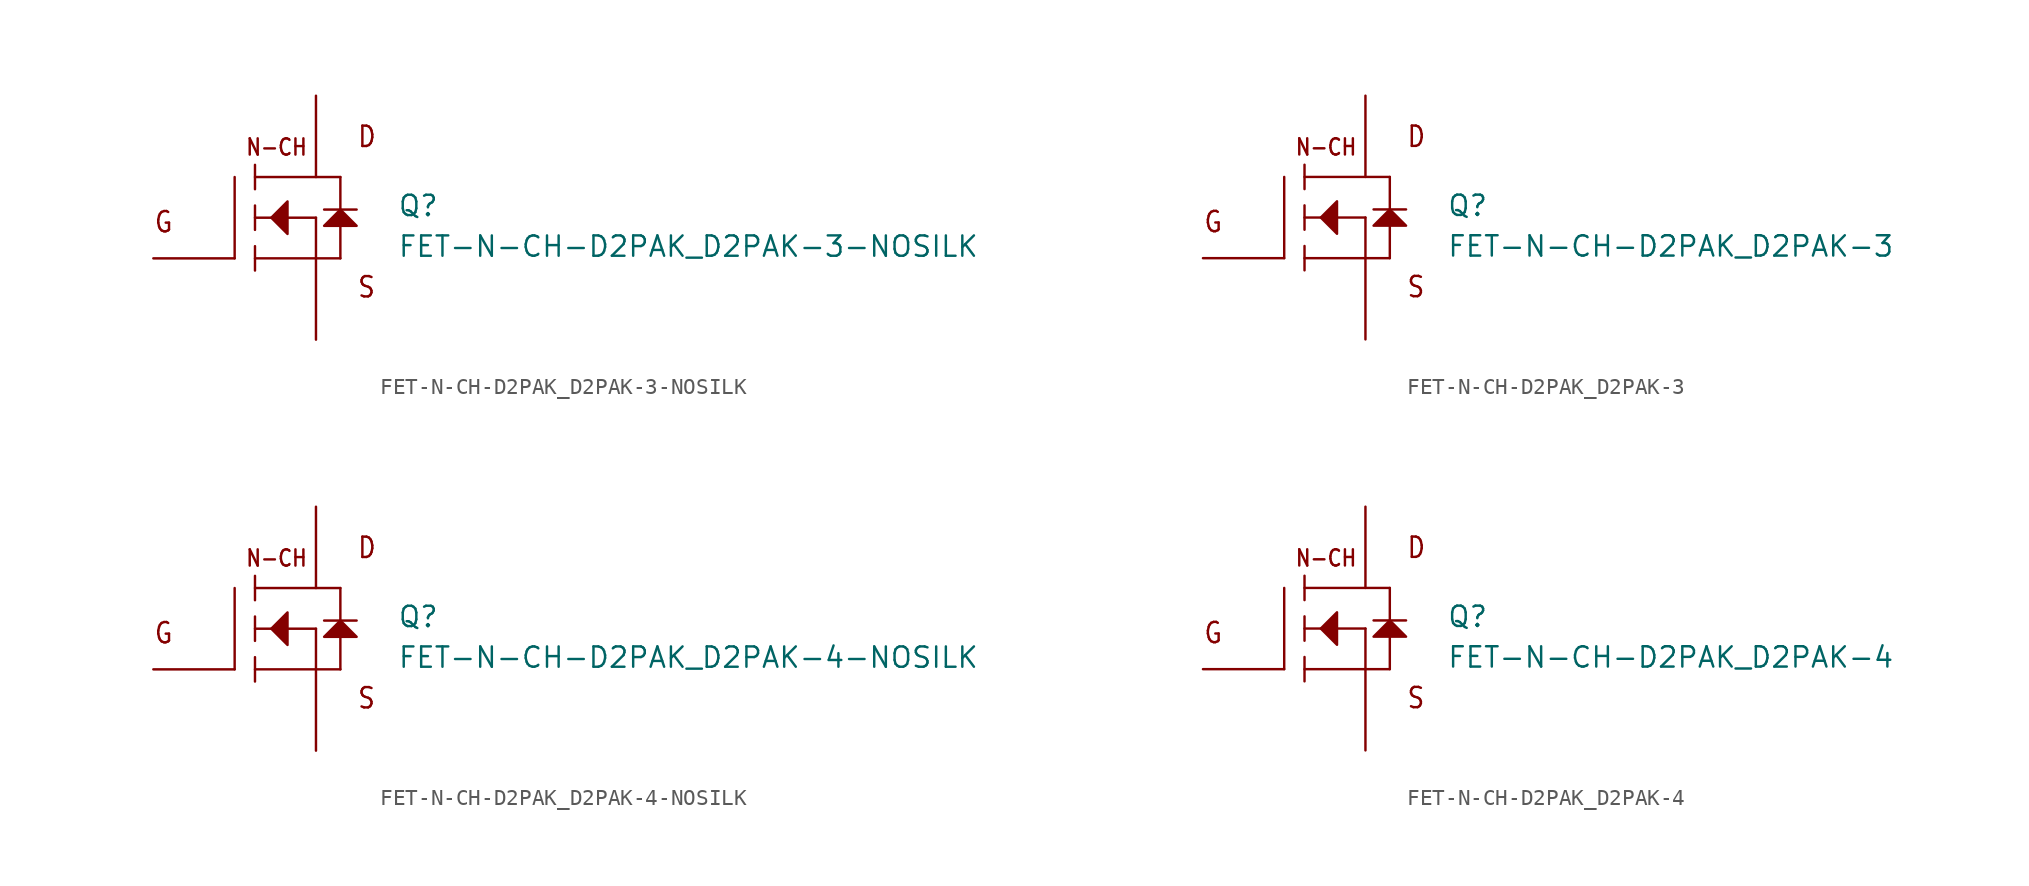
<source format=kicad_sym>
(kicad_symbol_lib
  (version 20211014)
  (generator kicad_symbol_editor)
  (symbol "FET-N-CH-D2PAK_D2PAK-3-NOSILK"
    (pin_numbers hide)
    (pin_names hide)
    (property "Reference" "Q"
      (at 7.62 0 0)
      (effects (font (size 1.27 1.27)) (justify left bottom)))
    (property "Value" "FET-N-CH-D2PAK_D2PAK-3-NOSILK"
      (at 7.62 -2.54 0)
      (effects (font (size 1.27 1.27)) (justify left bottom)))
    (property "Datasheet" ""
      (at 0 0 0))
    (property "ki_fp_filters" "FlashPCB_Transistors:D2PAK_TO-263-3_NOSILK"
      (at 0 0 0))
    (symbol "FET-N-CH-D2PAK_D2PAK-3-NOSILK_1_1"
      (text "G" (at -7.62 -1.016 0) (effects (font (size 1.27 1.086)) (justify left bottom)))
      (text "D" (at 5.08 4.318 0) (effects (font (size 1.27 1.086)) (justify left bottom)))
      (text "S" (at 5.08 -5.08 0) (effects (font (size 1.27 1.086)) (justify left bottom)))
      (text "N-CH" (at -1.905 3.81 0) (effects (font (size 1.016 0.869)) (justify left bottom)))
      (polyline (pts (xy -0.254 0) (xy 0.762 1.016) (xy 0.762 -1.016) (xy -0.254 0)) (stroke (width 0.152) (type default)) (fill (type outline)))
      (polyline (pts (xy 3.048 -0.508) (xy 5.08 -0.508) (xy 4.064 0.508) (xy 3.048 -0.508)) (stroke (width 0.152) (type default)) (fill (type outline)))
      (polyline (pts (xy -2.54 -2.54) (xy -2.54 2.54)) (stroke (width 0.152)) (fill (type none)))
      (polyline (pts (xy 2.54 -2.54) (xy -1.27 -2.54)) (stroke (width 0.152)) (fill (type none)))
      (polyline (pts (xy 2.54 -2.54) (xy 2.54 0)) (stroke (width 0.152)) (fill (type none)))
      (polyline (pts (xy 2.54 0) (xy -1.27 0)) (stroke (width 0.152)) (fill (type none)))
      (polyline (pts (xy 4.064 2.54) (xy -1.27 2.54)) (stroke (width 0.152)) (fill (type none)))
      (polyline (pts (xy -1.27 3.302) (xy -1.27 1.778)) (stroke (width 0.152)) (fill (type none)))
      (polyline (pts (xy -1.27 0.762) (xy -1.27 -0.762)) (stroke (width 0.152)) (fill (type none)))
      (polyline (pts (xy -1.27 -1.778) (xy -1.27 -3.302)) (stroke (width 0.152)) (fill (type none)))
      (polyline (pts (xy 2.54 -2.54) (xy 4.064 -2.54)) (stroke (width 0.152)) (fill (type none)))
      (polyline (pts (xy 4.064 -2.54) (xy 4.064 2.54)) (stroke (width 0.152)) (fill (type none)))
      (polyline (pts (xy 3.048 0.508) (xy 5.08 0.508)) (stroke (width 0.152)) (fill (type none)))
      (circle private (center 0 0) (radius 5.68) (stroke (width 0.152) (type default)) (fill (type none)))
      (pin bidirectional line (at -7.62 -2.54 0) (length 5.08) (name "GATE" (effects (font (size 0 0)))) (number "1" (effects (font (size 0 0)))))
      (pin bidirectional line (at 2.54 -7.62 90) (length 5.08) (name "SOURCE" (effects (font (size 0 0)))) (number "3" (effects (font (size 0 0)))))
      (pin bidirectional line (at 2.54 7.62 270) (length 5.08) (name "DRAIN" (effects (font (size 0 0)))) (number "4" (effects (font (size 0 0)))))))
  (symbol "FET-N-CH-D2PAK_D2PAK-3"
    (pin_numbers hide)
    (pin_names hide)
    (property "Reference" "Q"
      (at 7.62 0 0)
      (effects (font (size 1.27 1.27)) (justify left bottom)))
    (property "Value" "FET-N-CH-D2PAK_D2PAK-3"
      (at 7.62 -2.54 0)
      (effects (font (size 1.27 1.27)) (justify left bottom)))
    (property "Datasheet" ""
      (at 0 0 0))
    (property "ki_fp_filters" "FlashPCB_Transistors:D2PAK_TO-263-3"
      (at 0 0 0))
    (symbol "FET-N-CH-D2PAK_D2PAK-3_1_1"
      (text "G" (at -7.62 -1.016 0) (effects (font (size 1.27 1.086)) (justify left bottom)))
      (text "D" (at 5.08 4.318 0) (effects (font (size 1.27 1.086)) (justify left bottom)))
      (text "S" (at 5.08 -5.08 0) (effects (font (size 1.27 1.086)) (justify left bottom)))
      (text "N-CH" (at -1.905 3.81 0) (effects (font (size 1.016 0.869)) (justify left bottom)))
      (polyline (pts (xy -0.254 0) (xy 0.762 1.016) (xy 0.762 -1.016) (xy -0.254 0)) (stroke (width 0.152) (type default)) (fill (type outline)))
      (polyline (pts (xy 3.048 -0.508) (xy 5.08 -0.508) (xy 4.064 0.508) (xy 3.048 -0.508)) (stroke (width 0.152) (type default)) (fill (type outline)))
      (polyline (pts (xy -2.54 -2.54) (xy -2.54 2.54)) (stroke (width 0.152)) (fill (type none)))
      (polyline (pts (xy 2.54 -2.54) (xy -1.27 -2.54)) (stroke (width 0.152)) (fill (type none)))
      (polyline (pts (xy 2.54 -2.54) (xy 2.54 0)) (stroke (width 0.152)) (fill (type none)))
      (polyline (pts (xy 2.54 0) (xy -1.27 0)) (stroke (width 0.152)) (fill (type none)))
      (polyline (pts (xy 4.064 2.54) (xy -1.27 2.54)) (stroke (width 0.152)) (fill (type none)))
      (polyline (pts (xy -1.27 3.302) (xy -1.27 1.778)) (stroke (width 0.152)) (fill (type none)))
      (polyline (pts (xy -1.27 0.762) (xy -1.27 -0.762)) (stroke (width 0.152)) (fill (type none)))
      (polyline (pts (xy -1.27 -1.778) (xy -1.27 -3.302)) (stroke (width 0.152)) (fill (type none)))
      (polyline (pts (xy 2.54 -2.54) (xy 4.064 -2.54)) (stroke (width 0.152)) (fill (type none)))
      (polyline (pts (xy 4.064 -2.54) (xy 4.064 2.54)) (stroke (width 0.152)) (fill (type none)))
      (polyline (pts (xy 3.048 0.508) (xy 5.08 0.508)) (stroke (width 0.152)) (fill (type none)))
      (circle private (center 0 0) (radius 5.68) (stroke (width 0.152) (type default)) (fill (type none)))
      (pin bidirectional line (at -7.62 -2.54 0) (length 5.08) (name "GATE" (effects (font (size 0 0)))) (number "1" (effects (font (size 0 0)))))
      (pin bidirectional line (at 2.54 -7.62 90) (length 5.08) (name "SOURCE" (effects (font (size 0 0)))) (number "3" (effects (font (size 0 0)))))
      (pin bidirectional line (at 2.54 7.62 270) (length 5.08) (name "DRAIN" (effects (font (size 0 0)))) (number "4" (effects (font (size 0 0)))))))
  (symbol "FET-N-CH-D2PAK_D2PAK-4-NOSILK"
    (pin_numbers hide)
    (pin_names hide)
    (property "Reference" "Q"
      (at 7.62 0 0)
      (effects (font (size 1.27 1.27)) (justify left bottom)))
    (property "Value" "FET-N-CH-D2PAK_D2PAK-4-NOSILK"
      (at 7.62 -2.54 0)
      (effects (font (size 1.27 1.27)) (justify left bottom)))
    (property "Datasheet" ""
      (at 0 0 0))
    (property "ki_fp_filters" "FlashPCB_Transistors:D2PAK_TO-263-4_NOSILK"
      (at 0 0 0))
    (symbol "FET-N-CH-D2PAK_D2PAK-4-NOSILK_1_1"
      (text "G" (at -7.62 -1.016 0) (effects (font (size 1.27 1.086)) (justify left bottom)))
      (text "D" (at 5.08 4.318 0) (effects (font (size 1.27 1.086)) (justify left bottom)))
      (text "S" (at 5.08 -5.08 0) (effects (font (size 1.27 1.086)) (justify left bottom)))
      (text "N-CH" (at -1.905 3.81 0) (effects (font (size 1.016 0.869)) (justify left bottom)))
      (polyline (pts (xy -0.254 0) (xy 0.762 1.016) (xy 0.762 -1.016) (xy -0.254 0)) (stroke (width 0.152) (type default)) (fill (type outline)))
      (polyline (pts (xy 3.048 -0.508) (xy 5.08 -0.508) (xy 4.064 0.508) (xy 3.048 -0.508)) (stroke (width 0.152) (type default)) (fill (type outline)))
      (polyline (pts (xy -2.54 -2.54) (xy -2.54 2.54)) (stroke (width 0.152)) (fill (type none)))
      (polyline (pts (xy 2.54 -2.54) (xy -1.27 -2.54)) (stroke (width 0.152)) (fill (type none)))
      (polyline (pts (xy 2.54 -2.54) (xy 2.54 0)) (stroke (width 0.152)) (fill (type none)))
      (polyline (pts (xy 2.54 0) (xy -1.27 0)) (stroke (width 0.152)) (fill (type none)))
      (polyline (pts (xy 4.064 2.54) (xy -1.27 2.54)) (stroke (width 0.152)) (fill (type none)))
      (polyline (pts (xy -1.27 3.302) (xy -1.27 1.778)) (stroke (width 0.152)) (fill (type none)))
      (polyline (pts (xy -1.27 0.762) (xy -1.27 -0.762)) (stroke (width 0.152)) (fill (type none)))
      (polyline (pts (xy -1.27 -1.778) (xy -1.27 -3.302)) (stroke (width 0.152)) (fill (type none)))
      (polyline (pts (xy 2.54 -2.54) (xy 4.064 -2.54)) (stroke (width 0.152)) (fill (type none)))
      (polyline (pts (xy 4.064 -2.54) (xy 4.064 2.54)) (stroke (width 0.152)) (fill (type none)))
      (polyline (pts (xy 3.048 0.508) (xy 5.08 0.508)) (stroke (width 0.152)) (fill (type none)))
      (circle private (center 0 0) (radius 5.68) (stroke (width 0.152) (type default)) (fill (type none)))
      (pin bidirectional line (at -7.62 -2.54 0) (length 5.08) (name "GATE" (effects (font (size 0 0)))) (number "1" (effects (font (size 0 0)))))
      (pin bidirectional line (at 2.54 -7.62 90) (length 5.08) (name "SOURCE" (effects (font (size 0 0)))) (number "3" (effects (font (size 0 0)))))
      (pin bidirectional line (at 2.54 7.62 270) (length 5.08) (name "DRAIN" (effects (font (size 0 0)))) (number "2" (effects (font (size 0 0)))))
      (pin bidirectional line (at 2.54 7.62 270) (length 5.08) hide (name "DRAIN" (effects (font (size 0 0)))) (number "4" (effects (font (size 0 0)))))))
  (symbol "FET-N-CH-D2PAK_D2PAK-4"
    (pin_numbers hide)
    (pin_names hide)
    (property "Reference" "Q"
      (at 7.62 0 0)
      (effects (font (size 1.27 1.27)) (justify left bottom)))
    (property "Value" "FET-N-CH-D2PAK_D2PAK-4"
      (at 7.62 -2.54 0)
      (effects (font (size 1.27 1.27)) (justify left bottom)))
    (property "Datasheet" ""
      (at 0 0 0))
    (property "ki_fp_filters" "FlashPCB_Transistors:D2PAK_TO-263-4"
      (at 0 0 0))
    (symbol "FET-N-CH-D2PAK_D2PAK-4_1_1"
      (text "G" (at -7.62 -1.016 0) (effects (font (size 1.27 1.086)) (justify left bottom)))
      (text "D" (at 5.08 4.318 0) (effects (font (size 1.27 1.086)) (justify left bottom)))
      (text "S" (at 5.08 -5.08 0) (effects (font (size 1.27 1.086)) (justify left bottom)))
      (text "N-CH" (at -1.905 3.81 0) (effects (font (size 1.016 0.869)) (justify left bottom)))
      (polyline (pts (xy -0.254 0) (xy 0.762 1.016) (xy 0.762 -1.016) (xy -0.254 0)) (stroke (width 0.152) (type default)) (fill (type outline)))
      (polyline (pts (xy 3.048 -0.508) (xy 5.08 -0.508) (xy 4.064 0.508) (xy 3.048 -0.508)) (stroke (width 0.152) (type default)) (fill (type outline)))
      (polyline (pts (xy -2.54 -2.54) (xy -2.54 2.54)) (stroke (width 0.152)) (fill (type none)))
      (polyline (pts (xy 2.54 -2.54) (xy -1.27 -2.54)) (stroke (width 0.152)) (fill (type none)))
      (polyline (pts (xy 2.54 -2.54) (xy 2.54 0)) (stroke (width 0.152)) (fill (type none)))
      (polyline (pts (xy 2.54 0) (xy -1.27 0)) (stroke (width 0.152)) (fill (type none)))
      (polyline (pts (xy 4.064 2.54) (xy -1.27 2.54)) (stroke (width 0.152)) (fill (type none)))
      (polyline (pts (xy -1.27 3.302) (xy -1.27 1.778)) (stroke (width 0.152)) (fill (type none)))
      (polyline (pts (xy -1.27 0.762) (xy -1.27 -0.762)) (stroke (width 0.152)) (fill (type none)))
      (polyline (pts (xy -1.27 -1.778) (xy -1.27 -3.302)) (stroke (width 0.152)) (fill (type none)))
      (polyline (pts (xy 2.54 -2.54) (xy 4.064 -2.54)) (stroke (width 0.152)) (fill (type none)))
      (polyline (pts (xy 4.064 -2.54) (xy 4.064 2.54)) (stroke (width 0.152)) (fill (type none)))
      (polyline (pts (xy 3.048 0.508) (xy 5.08 0.508)) (stroke (width 0.152)) (fill (type none)))
      (circle private (center 0 0) (radius 5.68) (stroke (width 0.152) (type default)) (fill (type none)))
      (pin bidirectional line (at -7.62 -2.54 0) (length 5.08) (name "GATE" (effects (font (size 0 0)))) (number "1" (effects (font (size 0 0)))))
      (pin bidirectional line (at 2.54 -7.62 90) (length 5.08) (name "SOURCE" (effects (font (size 0 0)))) (number "3" (effects (font (size 0 0)))))
      (pin bidirectional line (at 2.54 7.62 270) (length 5.08) (name "DRAIN" (effects (font (size 0 0)))) (number "2" (effects (font (size 0 0)))))
      (pin bidirectional line (at 2.54 7.62 270) (length 5.08) hide (name "DRAIN" (effects (font (size 0 0)))) (number "4" (effects (font (size 0 0))))))))
</source>
